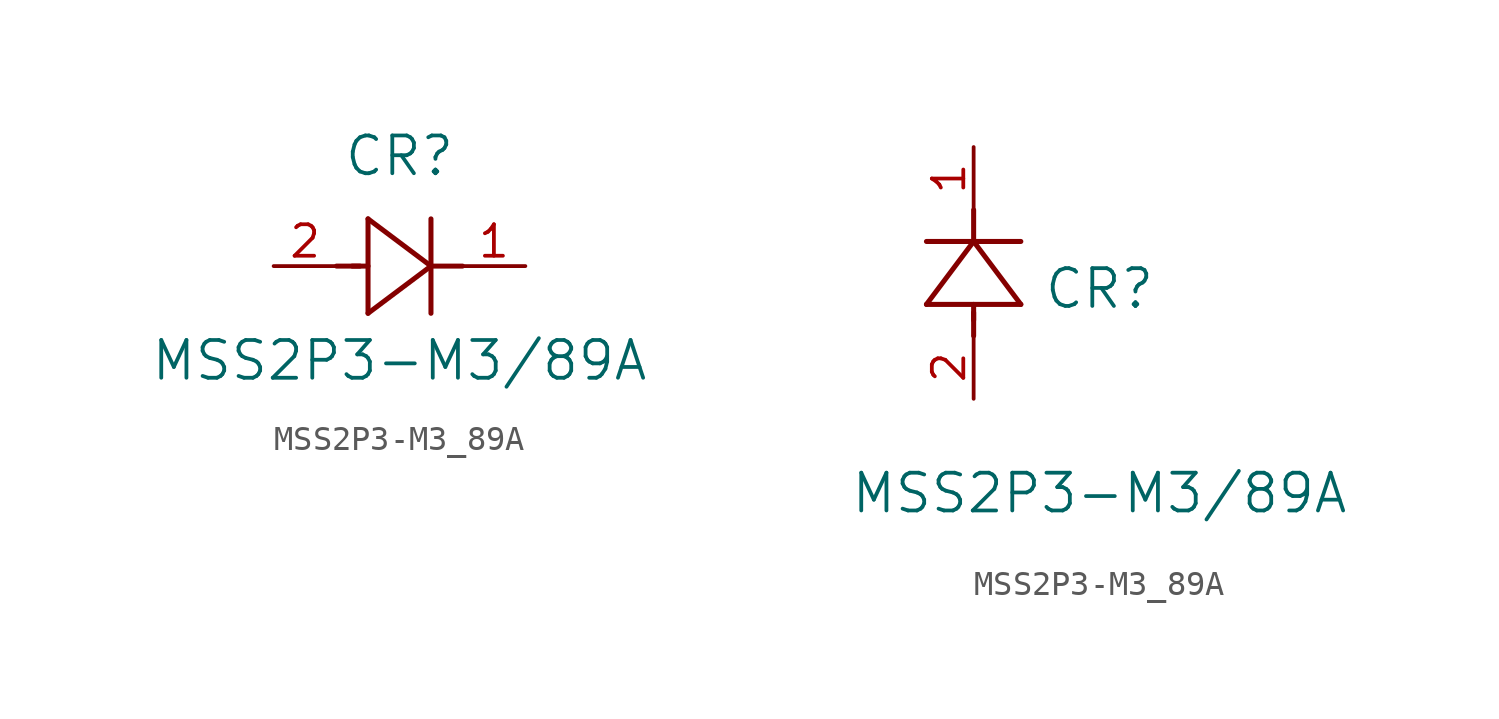
<source format=kicad_sym>
(kicad_symbol_lib
  (version 20231120)
  (generator "kicad_symbol_editor")
  (generator_version "8.0")
  (symbol "MSS2P3-M3_89A"
    (pin_names
      (offset 0.254))
    (property "Reference" "CR"
      (at 5.08 4.445 0)
      (effects (font (size 1.524 1.524))))
    (property "Value" "MSS2P3-M3/89A"
      (at 5.08 -3.81 0)
      (effects (font (size 1.524 1.524))))
    (property "ki_locked" ""
      (at 0 0 0)
      (effects (font (size 1.27 1.27))))
    (symbol "MSS2P3-M3_89A_1_1"
      (polyline (pts (xy 2.54 0) (xy 3.48 0)) (stroke (width 0.203) (type default)) (fill (type none)))
      (polyline (pts (xy 3.175 0) (xy 3.81 0)) (stroke (width 0.203) (type default)) (fill (type none)))
      (polyline (pts (xy 3.81 -1.905) (xy 6.35 0)) (stroke (width 0.203) (type default)) (fill (type none)))
      (polyline (pts (xy 3.81 1.905) (xy 3.81 -1.905)) (stroke (width 0.203) (type default)) (fill (type none)))
      (polyline (pts (xy 6.35 -1.905) (xy 6.35 1.905)) (stroke (width 0.203) (type default)) (fill (type none)))
      (polyline (pts (xy 6.35 0) (xy 3.81 1.905)) (stroke (width 0.203) (type default)) (fill (type none)))
      (polyline (pts (xy 6.35 0) (xy 7.62 0)) (stroke (width 0.203) (type default)) (fill (type none)))
      (pin unspecified line (at 10.16 0 180) (length 2.54) (name "" (effects (font (size 1.27 1.27)))) (number "1" (effects (font (size 1.27 1.27)))))
      (pin unspecified line (at 0 0 0) (length 2.54) (name "" (effects (font (size 1.27 1.27)))) (number "2" (effects (font (size 1.27 1.27))))))
    (symbol "MSS2P3-M3_89A_1_2"
      (polyline (pts (xy -1.905 3.81) (xy 1.905 3.81)) (stroke (width 0.203) (type default)) (fill (type none)))
      (polyline (pts (xy 0 2.54) (xy 0 3.48)) (stroke (width 0.203) (type default)) (fill (type none)))
      (polyline (pts (xy 0 3.175) (xy 0 3.81)) (stroke (width 0.203) (type default)) (fill (type none)))
      (polyline (pts (xy 0 6.35) (xy -1.905 3.81)) (stroke (width 0.203) (type default)) (fill (type none)))
      (polyline (pts (xy 0 6.35) (xy 0 7.62)) (stroke (width 0.203) (type default)) (fill (type none)))
      (polyline (pts (xy 1.905 3.81) (xy 0 6.35)) (stroke (width 0.203) (type default)) (fill (type none)))
      (polyline (pts (xy 1.905 6.35) (xy -1.905 6.35)) (stroke (width 0.203) (type default)) (fill (type none)))
      (pin unspecified line (at 0 10.16 270) (length 2.54) (name "" (effects (font (size 1.27 1.27)))) (number "1" (effects (font (size 1.27 1.27)))))
      (pin unspecified line (at 0 0 90) (length 2.54) (name "" (effects (font (size 1.27 1.27)))) (number "2" (effects (font (size 1.27 1.27))))))))
</source>
